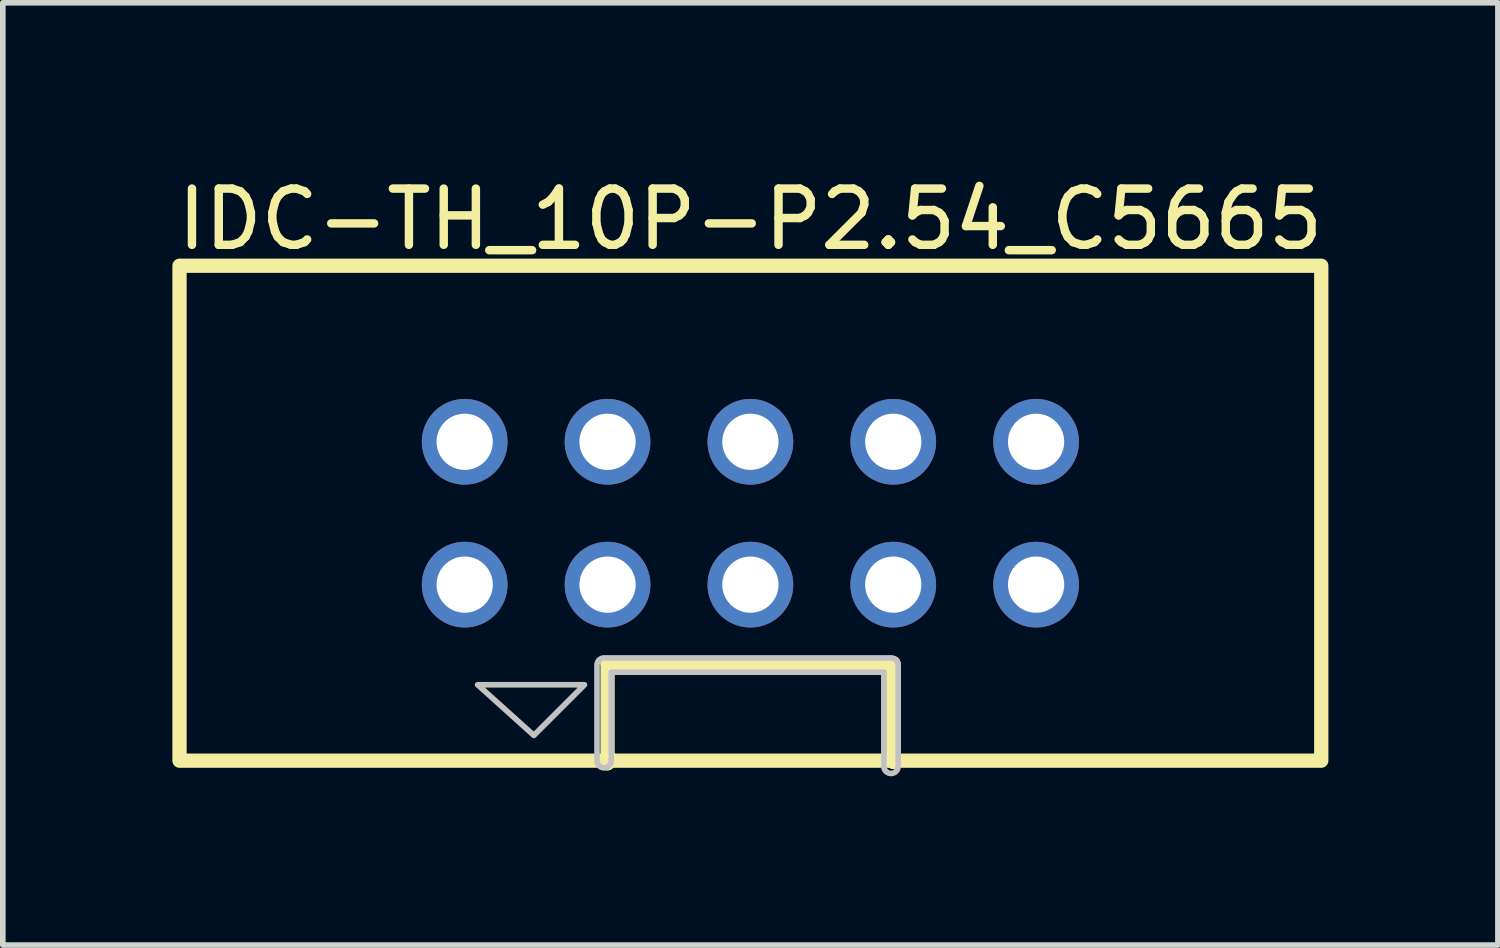
<source format=kicad_pcb>
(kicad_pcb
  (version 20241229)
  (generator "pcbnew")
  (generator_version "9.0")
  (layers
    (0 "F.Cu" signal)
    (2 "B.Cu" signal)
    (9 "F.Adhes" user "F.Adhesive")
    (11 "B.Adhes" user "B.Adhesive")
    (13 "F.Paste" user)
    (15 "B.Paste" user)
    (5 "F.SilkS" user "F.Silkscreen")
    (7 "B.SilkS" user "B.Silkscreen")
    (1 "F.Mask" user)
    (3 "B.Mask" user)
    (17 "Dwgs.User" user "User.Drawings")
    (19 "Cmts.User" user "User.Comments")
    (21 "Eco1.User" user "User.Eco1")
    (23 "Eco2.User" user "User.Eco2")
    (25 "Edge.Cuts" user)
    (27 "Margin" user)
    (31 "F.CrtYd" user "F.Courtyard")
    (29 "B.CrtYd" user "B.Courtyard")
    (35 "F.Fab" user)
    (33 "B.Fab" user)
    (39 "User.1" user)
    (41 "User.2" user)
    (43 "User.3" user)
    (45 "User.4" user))
  (footprint "IDC-TH_10P-P2.54_C5665"
    (layer "F.Cu")
    (at 10.292 6.075)
    (property "Reference" "IDC-TH_10P-P2.54_C5665" (at 0 -5.227 0) (layer "F.SilkS") (effects (font (size 1 1) (thickness 0.15))))
    (fp_line (start -2.54 2.667) (end -2.54 4.445) (stroke (width 0.254) (type default)) (layer "F.SilkS"))
    (fp_line (start -2.54 2.667) (end 2.54 2.667) (stroke (width 0.254) (type default)) (layer "F.SilkS"))
    (fp_line (start -2.54 4.445) (end -2.489 4.369) (stroke (width 0.254) (type default)) (layer "F.SilkS"))
    (fp_line (start 2.54 2.667) (end 2.54 4.42) (stroke (width 0.254) (type default)) (layer "F.SilkS"))
    (fp_line (start 2.54 4.42) (end 2.54 4.369) (stroke (width 0.254) (type default)) (layer "F.SilkS"))
    (fp_rect (start -10.15 -4.4) (end 10.15 4.4) (stroke (width 0.254) (type default)) (fill no) (layer "F.SilkS"))
    (fp_poly (pts (xy -4.85 3.05) (xy -2.95 3.05) (xy -3.85 3.95)) (stroke (width 0.1) (type default)) (fill no) (layer "Dwgs.User"))
    (fp_poly (pts (arc (start -2.473 4.4) (mid -2.6 4.527) (end -2.727 4.4)) (arc (start -2.727 2.7) (mid -2.689803 2.610197) (end -2.6 2.573)) (arc (start 2.5 2.573) (mid 2.589803 2.610197) (end 2.627 2.7)) (arc (start 2.627 4.5) (mid 2.5 4.627) (end 2.373 4.5)) (xy 2.373 2.827) (xy -2.473 2.827)) (stroke (width 0.1) (type default)) (fill no) (layer "Dwgs.User"))
    (fp_poly (pts (xy -5.4 -1.59) (xy -4.76 -1.59) (xy -4.76 -0.95) (xy -5.4 -0.95)) (stroke (width 0.1) (type default)) (fill no) (layer "User.1"))
    (fp_poly (pts (xy -5.4 0.95) (xy -4.76 0.95) (xy -4.76 1.59) (xy -5.4 1.59)) (stroke (width 0.1) (type default)) (fill no) (layer "User.1"))
    (fp_poly (pts (xy -2.86 -1.59) (xy -2.22 -1.59) (xy -2.22 -0.95) (xy -2.86 -0.95)) (stroke (width 0.1) (type default)) (fill no) (layer "User.1"))
    (fp_poly (pts (xy -2.86 0.95) (xy -2.22 0.95) (xy -2.22 1.59) (xy -2.86 1.59)) (stroke (width 0.1) (type default)) (fill no) (layer "User.1"))
    (fp_poly (pts (xy -0.32 -1.59) (xy 0.32 -1.59) (xy 0.32 -0.95) (xy -0.32 -0.95)) (stroke (width 0.1) (type default)) (fill no) (layer "User.1"))
    (fp_poly (pts (xy -0.32 0.95) (xy 0.32 0.95) (xy 0.32 1.59) (xy -0.32 1.59)) (stroke (width 0.1) (type default)) (fill no) (layer "User.1"))
    (fp_poly (pts (xy 2.22 -1.59) (xy 2.86 -1.59) (xy 2.86 -0.95) (xy 2.22 -0.95)) (stroke (width 0.1) (type default)) (fill no) (layer "User.1"))
    (fp_poly (pts (xy 2.22 0.95) (xy 2.86 0.95) (xy 2.86 1.59) (xy 2.22 1.59)) (stroke (width 0.1) (type default)) (fill no) (layer "User.1"))
    (fp_poly (pts (xy 4.76 -1.59) (xy 5.4 -1.59) (xy 5.4 -0.95) (xy 4.76 -0.95)) (stroke (width 0.1) (type default)) (fill no) (layer "User.1"))
    (fp_poly (pts (xy 4.76 0.95) (xy 5.4 0.95) (xy 5.4 1.59) (xy 4.76 1.59)) (stroke (width 0.1) (type default)) (fill no) (layer "User.1"))
    (fp_line (start -10.15 -4.4) (end 10.15 -4.4) (stroke (width 0.051) (type default)) (layer "User.2"))
    (fp_line (start -10.15 4.4) (end -10.15 -4.4) (stroke (width 0.051) (type default)) (layer "User.2"))
    (fp_line (start 10.15 -4.4) (end 10.15 4.4) (stroke (width 0.051) (type default)) (layer "User.2"))
    (fp_line (start 10.15 4.4) (end -10.15 4.4) (stroke (width 0.051) (type default)) (layer "User.2"))
    (fp_poly (pts (xy -10.09 4.4) (xy -10.108 4.358) (xy -10.15 4.34) (xy -10.192 4.358) (xy -10.21 4.4) (xy -10.192 4.442) (xy -10.15 4.46) (xy -10.108 4.442)) (stroke (width 0.1) (type default)) (fill no) (layer "User.3"))
    (pad "1" thru_hole circle (at -5.08 1.27) (size 1.524 1.524) (drill 1) (layers "*.Cu" "*.Mask"))
    (pad "2" thru_hole circle (at -5.08 -1.27) (size 1.524 1.524) (drill 1) (layers "*.Cu" "*.Mask"))
    (pad "3" thru_hole circle (at -2.54 1.27) (size 1.524 1.524) (drill 1) (layers "*.Cu" "*.Mask"))
    (pad "4" thru_hole circle (at -2.54 -1.27) (size 1.524 1.524) (drill 1) (layers "*.Cu" "*.Mask"))
    (pad "5" thru_hole circle (at 0 1.27) (size 1.524 1.524) (drill 1) (layers "*.Cu" "*.Mask"))
    (pad "6" thru_hole circle (at 0 -1.27) (size 1.524 1.524) (drill 1) (layers "*.Cu" "*.Mask"))
    (pad "7" thru_hole circle (at 2.54 1.27) (size 1.524 1.524) (drill 1) (layers "*.Cu" "*.Mask"))
    (pad "8" thru_hole circle (at 2.54 -1.27) (size 1.524 1.524) (drill 1) (layers "*.Cu" "*.Mask"))
    (pad "9" thru_hole circle (at 5.08 1.27) (size 1.524 1.524) (drill 1) (layers "*.Cu" "*.Mask"))
    (pad "10" thru_hole circle (at 5.08 -1.27) (size 1.524 1.524) (drill 1) (layers "*.Cu" "*.Mask")))
  (gr_rect
    (start -3 -3)
    (end 23.583 13.753)
    (stroke (width 0.1) (type default))
    (fill no)
    (layer "Edge.Cuts")))
</source>
